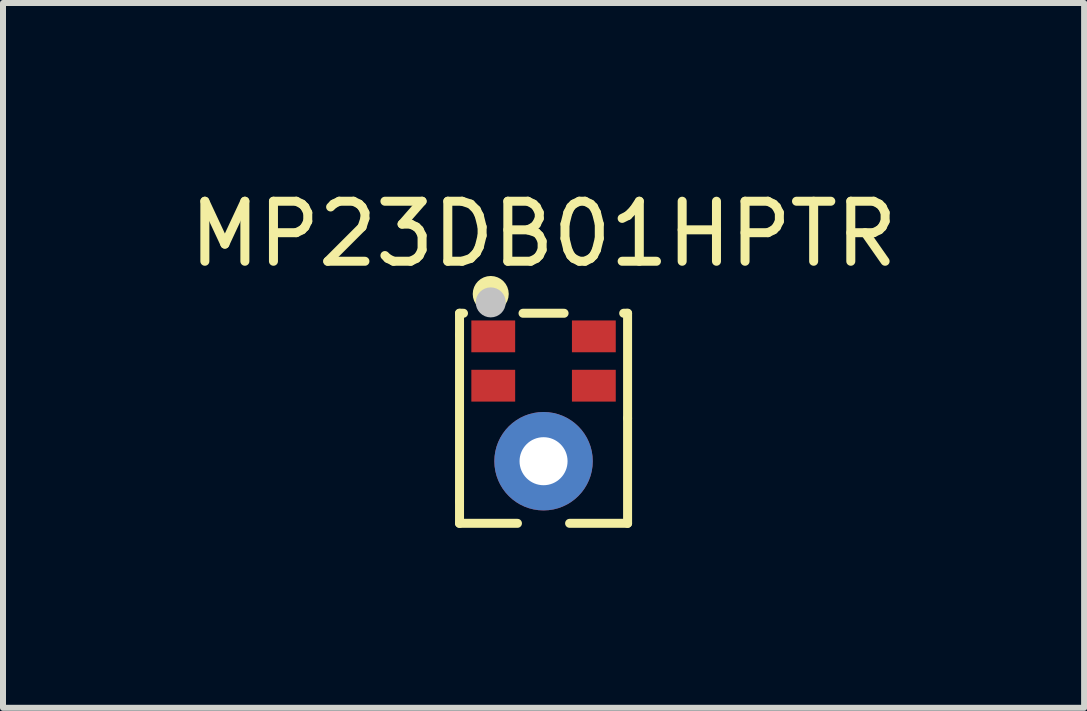
<source format=kicad_pcb>
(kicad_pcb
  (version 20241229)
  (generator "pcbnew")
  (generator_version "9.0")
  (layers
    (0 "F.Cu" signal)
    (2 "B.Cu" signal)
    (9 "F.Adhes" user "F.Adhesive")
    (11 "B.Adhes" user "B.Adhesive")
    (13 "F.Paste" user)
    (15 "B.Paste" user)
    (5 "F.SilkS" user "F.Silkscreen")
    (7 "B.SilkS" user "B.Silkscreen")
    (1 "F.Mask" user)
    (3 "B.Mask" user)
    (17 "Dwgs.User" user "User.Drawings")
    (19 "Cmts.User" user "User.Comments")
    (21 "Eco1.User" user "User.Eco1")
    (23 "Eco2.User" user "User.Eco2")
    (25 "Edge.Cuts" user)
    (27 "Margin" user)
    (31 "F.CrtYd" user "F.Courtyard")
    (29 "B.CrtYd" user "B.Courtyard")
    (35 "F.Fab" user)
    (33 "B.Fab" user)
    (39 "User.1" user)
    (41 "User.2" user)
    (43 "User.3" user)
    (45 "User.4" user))
  (footprint "MP23DB01HPTR"
    (layer "F.Cu")
    (at 6.006 3.814)
    (property "Reference" "MP23DB01HPTR" (at 0 -2.966 0) (layer "F.SilkS") (effects (font (size 1 1) (thickness 0.15))))
    (fp_line (start -1.4 -1.645) (end -1.4 -1.286) (stroke (width 0.15) (type default)) (layer "F.SilkS"))
    (fp_line (start -1.4 -1.286) (end -1.4 1.494) (stroke (width 0.15) (type default)) (layer "F.SilkS"))
    (fp_line (start -1.4 1.855) (end -1.4 1.494) (stroke (width 0.15) (type default)) (layer "F.SilkS"))
    (fp_line (start -1.334 -1.645) (end -1.4 -1.645) (stroke (width 0.15) (type default)) (layer "F.SilkS"))
    (fp_line (start -0.435 1.855) (end -1.4 1.855) (stroke (width 0.15) (type default)) (layer "F.SilkS"))
    (fp_line (start 0.342 -1.645) (end -0.342 -1.645) (stroke (width 0.15) (type default)) (layer "F.SilkS"))
    (fp_line (start 1.4 -1.645) (end 1.335 -1.645) (stroke (width 0.15) (type default)) (layer "F.SilkS"))
    (fp_line (start 1.4 0.104) (end 1.4 -1.645) (stroke (width 0.15) (type default)) (layer "F.SilkS"))
    (fp_line (start 1.4 0.104) (end 1.4 1.855) (stroke (width 0.15) (type default)) (layer "F.SilkS"))
    (fp_line (start 1.4 1.855) (end 0.434 1.855) (stroke (width 0.15) (type default)) (layer "F.SilkS"))
    (fp_circle (center -0.88 -1.966) (end -0.73 -1.966) (stroke (width 0.3) (type default)) (fill no) (layer "F.SilkS"))
    (fp_circle (center -0.88 -1.826) (end -0.755 -1.826) (stroke (width 0.25) (type default)) (fill no) (layer "Dwgs.User"))
    (fp_circle (center 0 0.815) (end 0.07 0.815) (stroke (width 0.14) (type default)) (fill no) (layer "Dwgs.User"))
    (fp_poly (pts (xy -1.2 -1.52) (xy -0.475 -1.52) (xy -0.475 -1) (xy -1.2 -1)) (stroke (width 0.1) (type default)) (fill no) (layer "User.1"))
    (fp_poly (pts (xy -1.2 -0.698) (xy -0.475 -0.698) (xy -0.475 -0.177) (xy -1.2 -0.177)) (stroke (width 0.1) (type default)) (fill no) (layer "User.1"))
    (fp_poly (pts (xy 0.475 -1.52) (xy 1.2 -1.52) (xy 1.2 -1) (xy 0.475 -1)) (stroke (width 0.1) (type default)) (fill no) (layer "User.1"))
    (fp_poly (pts (xy 0.475 -0.698) (xy 1.2 -0.698) (xy 1.2 -0.177) (xy 0.475 -0.177)) (stroke (width 0.1) (type default)) (fill no) (layer "User.1"))
    (fp_poly (pts (arc (start -0.8065 0.915) (mid -0.578207 1.385456) (end -0.1105 1.6195)) (xy -0.111 1.318) (arc (start -0.111 1.3055) (mid -0.357377 1.165018) (end -0.491 0.915))) (stroke (width 0.1) (type default)) (fill no) (layer "User.1"))
    (fp_poly (pts (arc (start 0.1005 1.621) (mid 0.571106 1.392756) (end 0.805 0.925)) (xy 0.503 0.925) (arc (start 0.491 0.925) (mid 0.350554 1.171487) (end 0.1005 1.3055))) (stroke (width 0.1) (type default)) (fill no) (layer "User.1"))
    (fp_poly (pts (arc (start 0.8065 0.7135) (mid 0.578207 0.243044) (end 0.1105 0.009)) (xy 0.111 0.311) (arc (start 0.111 0.3235) (mid 0.357071 0.463863) (end 0.491 0.7135))) (stroke (width 0.1) (type default)) (fill no) (layer "User.1"))
    (fp_poly (pts (xy -0.101 0.007) (arc (start -0.101 0.0075) (mid -0.571582 0.23572) (end -0.805 0.7035)) (xy -0.503 0.704) (arc (start -0.491 0.7035) (mid -0.350637 0.457429) (end -0.101 0.3235))) (stroke (width 0.1) (type default)) (fill no) (layer "User.1"))
    (fp_line (start -1.325 -1.645) (end -1.325 1.855) (stroke (width 0.051) (type default)) (layer "User.2"))
    (fp_line (start -1.325 1.855) (end 1.325 1.855) (stroke (width 0.051) (type default)) (layer "User.2"))
    (fp_line (start 1.325 -1.645) (end -1.325 -1.645) (stroke (width 0.051) (type default)) (layer "User.2"))
    (fp_line (start 1.325 1.855) (end 1.325 -1.645) (stroke (width 0.051) (type default)) (layer "User.2"))
    (fp_poly (pts (xy -1.27 -1.668) (xy -1.302 -1.701) (xy -1.348 -1.701) (xy -1.38 -1.668) (xy -1.38 -1.623) (xy -1.348 -1.59) (xy -1.302 -1.59) (xy -1.27 -1.623)) (stroke (width 0.1) (type default)) (fill no) (layer "User.3"))
    (pad "1" smd rect (at -0.838 -1.26) (size 0.73 0.53) (layers "F.Cu" "F.Mask" "F.Paste"))
    (pad "2" smd rect (at -0.838 -0.438) (size 0.73 0.53) (layers "F.Cu" "F.Mask" "F.Paste"))
    (pad "3" thru_hole circle (at 0 0.82) (size 1.64 1.64) (drill 0.8) (layers "*.Cu" "F.Mask" "F.Paste"))
    (pad "4" smd rect (at 0.838 -0.438) (size 0.73 0.53) (layers "F.Cu" "F.Mask" "F.Paste"))
    (pad "5" smd rect (at 0.838 -1.26) (size 0.73 0.53) (layers "F.Cu" "F.Mask" "F.Paste")))
  (gr_rect
    (start -3 -3)
    (end 15.012 8.743)
    (stroke (width 0.1) (type default))
    (fill no)
    (layer "Edge.Cuts")))
</source>
